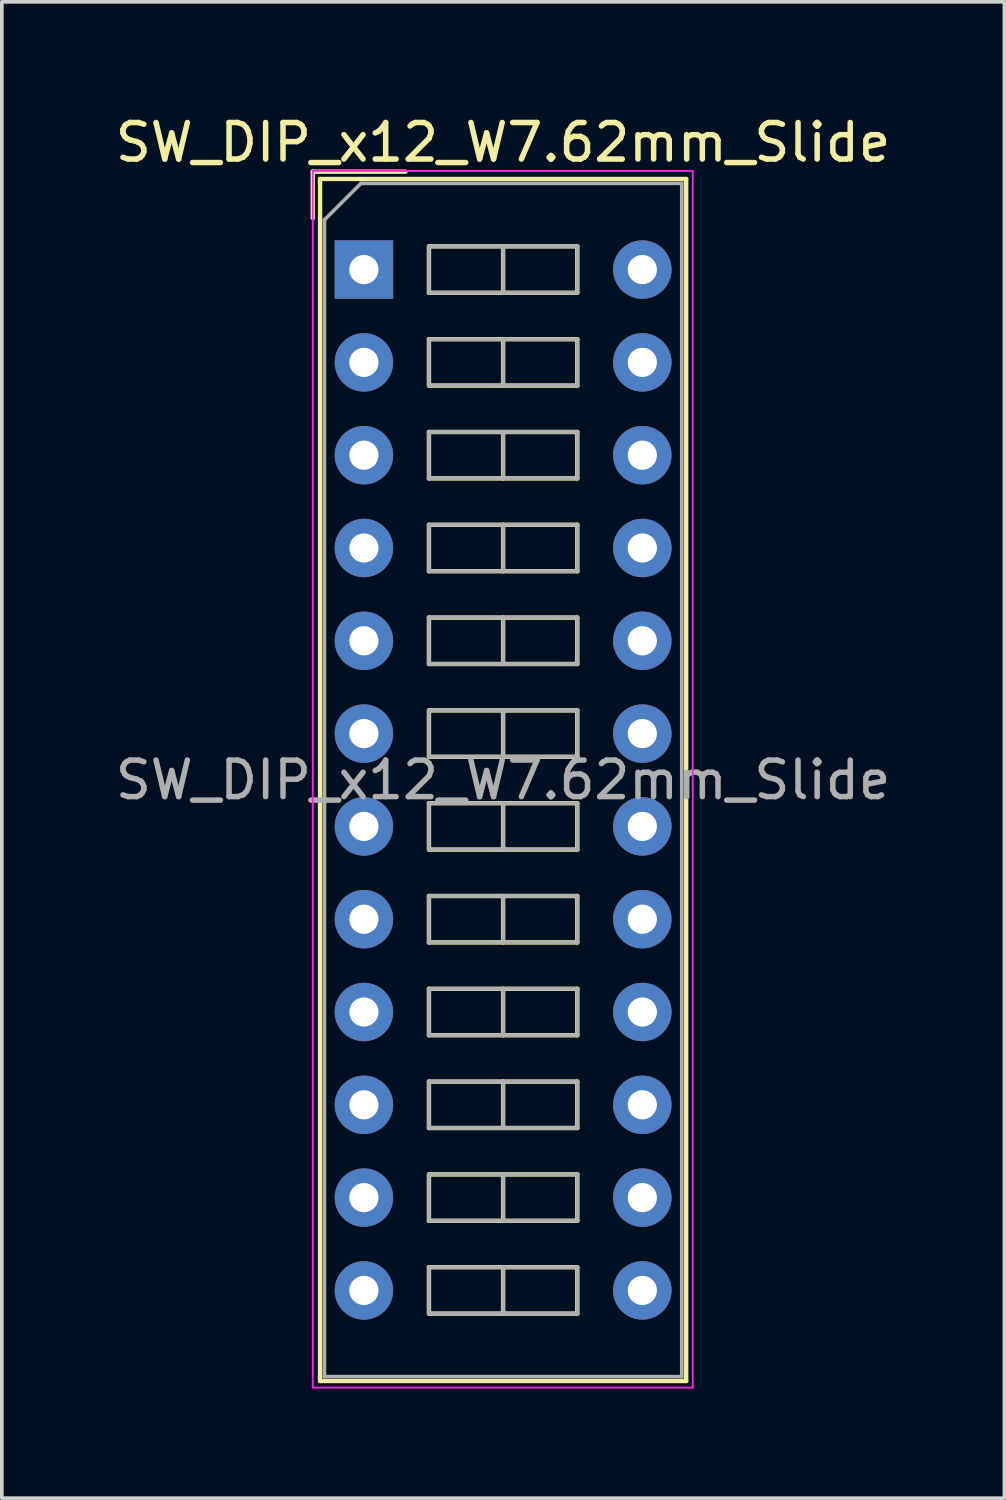
<source format=kicad_pcb>
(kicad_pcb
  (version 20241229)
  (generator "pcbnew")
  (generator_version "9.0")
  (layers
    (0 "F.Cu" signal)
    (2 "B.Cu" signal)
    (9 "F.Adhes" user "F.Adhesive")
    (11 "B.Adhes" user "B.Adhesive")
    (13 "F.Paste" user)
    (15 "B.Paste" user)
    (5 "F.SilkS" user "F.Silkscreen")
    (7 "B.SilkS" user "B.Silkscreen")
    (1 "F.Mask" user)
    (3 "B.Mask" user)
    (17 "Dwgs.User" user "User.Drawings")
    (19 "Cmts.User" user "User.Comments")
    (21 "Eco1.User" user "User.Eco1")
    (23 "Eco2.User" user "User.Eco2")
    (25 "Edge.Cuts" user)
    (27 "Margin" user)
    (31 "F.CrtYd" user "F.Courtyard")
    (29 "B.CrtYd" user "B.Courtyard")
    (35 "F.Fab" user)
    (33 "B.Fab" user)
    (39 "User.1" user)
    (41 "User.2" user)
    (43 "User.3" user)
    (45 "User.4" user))
  (footprint "SW_DIP_x12_W7.62mm_Slide"
    (layer "F.Cu")
    (at 6.91 4.328)
    (property "Reference" "SW_DIP_x12_W7.62mm_Slide" (at 3.81 -3.48 0) (layer "F.SilkS") (effects (font (size 1 1) (thickness 0.15))))
    (attr through_hole)
    (fp_line (start -1.4 -2.68) (end -1.4 -1.41) (stroke (width 0.12) (type solid)) (layer "F.SilkS"))
    (fp_line (start -1.4 -2.68) (end 1.14 -2.68) (stroke (width 0.12) (type solid)) (layer "F.SilkS"))
    (fp_line (start -1.2 -2.48) (end 8.82 -2.48) (stroke (width 0.12) (type solid)) (layer "F.SilkS"))
    (fp_line (start -1.2 30.42) (end -1.2 -2.48) (stroke (width 0.12) (type solid)) (layer "F.SilkS"))
    (fp_line (start 1.78 -0.635) (end 1.78 0.635) (stroke (width 0.12) (type solid)) (layer "F.SilkS"))
    (fp_line (start 1.78 0.635) (end 5.84 0.635) (stroke (width 0.12) (type solid)) (layer "F.SilkS"))
    (fp_line (start 1.78 1.905) (end 1.78 3.175) (stroke (width 0.12) (type solid)) (layer "F.SilkS"))
    (fp_line (start 1.78 3.175) (end 5.84 3.175) (stroke (width 0.12) (type solid)) (layer "F.SilkS"))
    (fp_line (start 1.78 4.445) (end 1.78 5.715) (stroke (width 0.12) (type solid)) (layer "F.SilkS"))
    (fp_line (start 1.78 5.715) (end 5.84 5.715) (stroke (width 0.12) (type solid)) (layer "F.SilkS"))
    (fp_line (start 1.78 6.985) (end 1.78 8.255) (stroke (width 0.12) (type solid)) (layer "F.SilkS"))
    (fp_line (start 1.78 8.255) (end 5.84 8.255) (stroke (width 0.12) (type solid)) (layer "F.SilkS"))
    (fp_line (start 1.78 9.525) (end 1.78 10.795) (stroke (width 0.12) (type solid)) (layer "F.SilkS"))
    (fp_line (start 1.78 10.795) (end 5.84 10.795) (stroke (width 0.12) (type solid)) (layer "F.SilkS"))
    (fp_line (start 1.78 12.065) (end 1.78 13.335) (stroke (width 0.12) (type solid)) (layer "F.SilkS"))
    (fp_line (start 1.78 13.335) (end 5.84 13.335) (stroke (width 0.12) (type solid)) (layer "F.SilkS"))
    (fp_line (start 1.78 14.605) (end 1.78 15.875) (stroke (width 0.12) (type solid)) (layer "F.SilkS"))
    (fp_line (start 1.78 15.875) (end 5.84 15.875) (stroke (width 0.12) (type solid)) (layer "F.SilkS"))
    (fp_line (start 1.78 17.145) (end 1.78 18.415) (stroke (width 0.12) (type solid)) (layer "F.SilkS"))
    (fp_line (start 1.78 18.415) (end 5.84 18.415) (stroke (width 0.12) (type solid)) (layer "F.SilkS"))
    (fp_line (start 1.78 19.685) (end 1.78 20.955) (stroke (width 0.12) (type solid)) (layer "F.SilkS"))
    (fp_line (start 1.78 20.955) (end 5.84 20.955) (stroke (width 0.12) (type solid)) (layer "F.SilkS"))
    (fp_line (start 1.78 22.225) (end 1.78 23.495) (stroke (width 0.12) (type solid)) (layer "F.SilkS"))
    (fp_line (start 1.78 23.495) (end 5.84 23.495) (stroke (width 0.12) (type solid)) (layer "F.SilkS"))
    (fp_line (start 1.78 24.765) (end 1.78 26.035) (stroke (width 0.12) (type solid)) (layer "F.SilkS"))
    (fp_line (start 1.78 26.035) (end 5.84 26.035) (stroke (width 0.12) (type solid)) (layer "F.SilkS"))
    (fp_line (start 1.78 27.305) (end 1.78 28.575) (stroke (width 0.12) (type solid)) (layer "F.SilkS"))
    (fp_line (start 1.78 28.575) (end 5.84 28.575) (stroke (width 0.12) (type solid)) (layer "F.SilkS"))
    (fp_line (start 3.81 -0.635) (end 3.81 0.635) (stroke (width 0.12) (type solid)) (layer "F.SilkS"))
    (fp_line (start 3.81 1.905) (end 3.81 3.175) (stroke (width 0.12) (type solid)) (layer "F.SilkS"))
    (fp_line (start 3.81 4.445) (end 3.81 5.715) (stroke (width 0.12) (type solid)) (layer "F.SilkS"))
    (fp_line (start 3.81 6.985) (end 3.81 8.255) (stroke (width 0.12) (type solid)) (layer "F.SilkS"))
    (fp_line (start 3.81 9.525) (end 3.81 10.795) (stroke (width 0.12) (type solid)) (layer "F.SilkS"))
    (fp_line (start 3.81 12.065) (end 3.81 13.335) (stroke (width 0.12) (type solid)) (layer "F.SilkS"))
    (fp_line (start 3.81 14.605) (end 3.81 15.875) (stroke (width 0.12) (type solid)) (layer "F.SilkS"))
    (fp_line (start 3.81 17.145) (end 3.81 18.415) (stroke (width 0.12) (type solid)) (layer "F.SilkS"))
    (fp_line (start 3.81 19.685) (end 3.81 20.955) (stroke (width 0.12) (type solid)) (layer "F.SilkS"))
    (fp_line (start 3.81 22.225) (end 3.81 23.495) (stroke (width 0.12) (type solid)) (layer "F.SilkS"))
    (fp_line (start 3.81 24.765) (end 3.81 26.035) (stroke (width 0.12) (type solid)) (layer "F.SilkS"))
    (fp_line (start 3.81 27.305) (end 3.81 28.575) (stroke (width 0.12) (type solid)) (layer "F.SilkS"))
    (fp_line (start 5.84 -0.635) (end 1.78 -0.635) (stroke (width 0.12) (type solid)) (layer "F.SilkS"))
    (fp_line (start 5.84 0.635) (end 5.84 -0.635) (stroke (width 0.12) (type solid)) (layer "F.SilkS"))
    (fp_line (start 5.84 1.905) (end 1.78 1.905) (stroke (width 0.12) (type solid)) (layer "F.SilkS"))
    (fp_line (start 5.84 3.175) (end 5.84 1.905) (stroke (width 0.12) (type solid)) (layer "F.SilkS"))
    (fp_line (start 5.84 4.445) (end 1.78 4.445) (stroke (width 0.12) (type solid)) (layer "F.SilkS"))
    (fp_line (start 5.84 5.715) (end 5.84 4.445) (stroke (width 0.12) (type solid)) (layer "F.SilkS"))
    (fp_line (start 5.84 6.985) (end 1.78 6.985) (stroke (width 0.12) (type solid)) (layer "F.SilkS"))
    (fp_line (start 5.84 8.255) (end 5.84 6.985) (stroke (width 0.12) (type solid)) (layer "F.SilkS"))
    (fp_line (start 5.84 9.525) (end 1.78 9.525) (stroke (width 0.12) (type solid)) (layer "F.SilkS"))
    (fp_line (start 5.84 10.795) (end 5.84 9.525) (stroke (width 0.12) (type solid)) (layer "F.SilkS"))
    (fp_line (start 5.84 12.065) (end 1.78 12.065) (stroke (width 0.12) (type solid)) (layer "F.SilkS"))
    (fp_line (start 5.84 13.335) (end 5.84 12.065) (stroke (width 0.12) (type solid)) (layer "F.SilkS"))
    (fp_line (start 5.84 14.605) (end 1.78 14.605) (stroke (width 0.12) (type solid)) (layer "F.SilkS"))
    (fp_line (start 5.84 15.875) (end 5.84 14.605) (stroke (width 0.12) (type solid)) (layer "F.SilkS"))
    (fp_line (start 5.84 17.145) (end 1.78 17.145) (stroke (width 0.12) (type solid)) (layer "F.SilkS"))
    (fp_line (start 5.84 18.415) (end 5.84 17.145) (stroke (width 0.12) (type solid)) (layer "F.SilkS"))
    (fp_line (start 5.84 19.685) (end 1.78 19.685) (stroke (width 0.12) (type solid)) (layer "F.SilkS"))
    (fp_line (start 5.84 20.955) (end 5.84 19.685) (stroke (width 0.12) (type solid)) (layer "F.SilkS"))
    (fp_line (start 5.84 22.225) (end 1.78 22.225) (stroke (width 0.12) (type solid)) (layer "F.SilkS"))
    (fp_line (start 5.84 23.495) (end 5.84 22.225) (stroke (width 0.12) (type solid)) (layer "F.SilkS"))
    (fp_line (start 5.84 24.765) (end 1.78 24.765) (stroke (width 0.12) (type solid)) (layer "F.SilkS"))
    (fp_line (start 5.84 26.035) (end 5.84 24.765) (stroke (width 0.12) (type solid)) (layer "F.SilkS"))
    (fp_line (start 5.84 27.305) (end 1.78 27.305) (stroke (width 0.12) (type solid)) (layer "F.SilkS"))
    (fp_line (start 5.84 28.575) (end 5.84 27.305) (stroke (width 0.12) (type solid)) (layer "F.SilkS"))
    (fp_line (start 8.82 -2.48) (end 8.82 30.42) (stroke (width 0.12) (type solid)) (layer "F.SilkS"))
    (fp_line (start 8.82 30.42) (end -1.2 30.42) (stroke (width 0.12) (type solid)) (layer "F.SilkS"))
    (fp_line (start -1.4 -2.7) (end -1.4 30.6) (stroke (width 0.05) (type solid)) (layer "F.CrtYd"))
    (fp_line (start -1.4 30.6) (end 9 30.6) (stroke (width 0.05) (type solid)) (layer "F.CrtYd"))
    (fp_line (start 9 -2.7) (end -1.4 -2.7) (stroke (width 0.05) (type solid)) (layer "F.CrtYd"))
    (fp_line (start 9 30.6) (end 9 -2.7) (stroke (width 0.05) (type solid)) (layer "F.CrtYd"))
    (fp_line (start -1.08 -1.36) (end -0.08 -2.36) (stroke (width 0.1) (type solid)) (layer "F.Fab"))
    (fp_line (start -1.08 30.3) (end -1.08 -1.36) (stroke (width 0.1) (type solid)) (layer "F.Fab"))
    (fp_line (start -0.08 -2.36) (end 8.7 -2.36) (stroke (width 0.1) (type solid)) (layer "F.Fab"))
    (fp_line (start 1.78 -0.635) (end 1.78 0.635) (stroke (width 0.1) (type solid)) (layer "F.Fab"))
    (fp_line (start 1.78 0.635) (end 5.84 0.635) (stroke (width 0.1) (type solid)) (layer "F.Fab"))
    (fp_line (start 1.78 1.905) (end 1.78 3.175) (stroke (width 0.1) (type solid)) (layer "F.Fab"))
    (fp_line (start 1.78 3.175) (end 5.84 3.175) (stroke (width 0.1) (type solid)) (layer "F.Fab"))
    (fp_line (start 1.78 4.445) (end 1.78 5.715) (stroke (width 0.1) (type solid)) (layer "F.Fab"))
    (fp_line (start 1.78 5.715) (end 5.84 5.715) (stroke (width 0.1) (type solid)) (layer "F.Fab"))
    (fp_line (start 1.78 6.985) (end 1.78 8.255) (stroke (width 0.1) (type solid)) (layer "F.Fab"))
    (fp_line (start 1.78 8.255) (end 5.84 8.255) (stroke (width 0.1) (type solid)) (layer "F.Fab"))
    (fp_line (start 1.78 9.525) (end 1.78 10.795) (stroke (width 0.1) (type solid)) (layer "F.Fab"))
    (fp_line (start 1.78 10.795) (end 5.84 10.795) (stroke (width 0.1) (type solid)) (layer "F.Fab"))
    (fp_line (start 1.78 12.065) (end 1.78 13.335) (stroke (width 0.1) (type solid)) (layer "F.Fab"))
    (fp_line (start 1.78 13.335) (end 5.84 13.335) (stroke (width 0.1) (type solid)) (layer "F.Fab"))
    (fp_line (start 1.78 14.605) (end 1.78 15.875) (stroke (width 0.1) (type solid)) (layer "F.Fab"))
    (fp_line (start 1.78 15.875) (end 5.84 15.875) (stroke (width 0.1) (type solid)) (layer "F.Fab"))
    (fp_line (start 1.78 17.145) (end 1.78 18.415) (stroke (width 0.1) (type solid)) (layer "F.Fab"))
    (fp_line (start 1.78 18.415) (end 5.84 18.415) (stroke (width 0.1) (type solid)) (layer "F.Fab"))
    (fp_line (start 1.78 19.685) (end 1.78 20.955) (stroke (width 0.1) (type solid)) (layer "F.Fab"))
    (fp_line (start 1.78 20.955) (end 5.84 20.955) (stroke (width 0.1) (type solid)) (layer "F.Fab"))
    (fp_line (start 1.78 22.225) (end 1.78 23.495) (stroke (width 0.1) (type solid)) (layer "F.Fab"))
    (fp_line (start 1.78 23.495) (end 5.84 23.495) (stroke (width 0.1) (type solid)) (layer "F.Fab"))
    (fp_line (start 1.78 24.765) (end 1.78 26.035) (stroke (width 0.1) (type solid)) (layer "F.Fab"))
    (fp_line (start 1.78 26.035) (end 5.84 26.035) (stroke (width 0.1) (type solid)) (layer "F.Fab"))
    (fp_line (start 1.78 27.305) (end 1.78 28.575) (stroke (width 0.1) (type solid)) (layer "F.Fab"))
    (fp_line (start 1.78 28.575) (end 5.84 28.575) (stroke (width 0.1) (type solid)) (layer "F.Fab"))
    (fp_line (start 3.81 -0.635) (end 3.81 0.635) (stroke (width 0.1) (type solid)) (layer "F.Fab"))
    (fp_line (start 3.81 1.905) (end 3.81 3.175) (stroke (width 0.1) (type solid)) (layer "F.Fab"))
    (fp_line (start 3.81 4.445) (end 3.81 5.715) (stroke (width 0.1) (type solid)) (layer "F.Fab"))
    (fp_line (start 3.81 6.985) (end 3.81 8.255) (stroke (width 0.1) (type solid)) (layer "F.Fab"))
    (fp_line (start 3.81 9.525) (end 3.81 10.795) (stroke (width 0.1) (type solid)) (layer "F.Fab"))
    (fp_line (start 3.81 12.065) (end 3.81 13.335) (stroke (width 0.1) (type solid)) (layer "F.Fab"))
    (fp_line (start 3.81 14.605) (end 3.81 15.875) (stroke (width 0.1) (type solid)) (layer "F.Fab"))
    (fp_line (start 3.81 17.145) (end 3.81 18.415) (stroke (width 0.1) (type solid)) (layer "F.Fab"))
    (fp_line (start 3.81 19.685) (end 3.81 20.955) (stroke (width 0.1) (type solid)) (layer "F.Fab"))
    (fp_line (start 3.81 22.225) (end 3.81 23.495) (stroke (width 0.1) (type solid)) (layer "F.Fab"))
    (fp_line (start 3.81 24.765) (end 3.81 26.035) (stroke (width 0.1) (type solid)) (layer "F.Fab"))
    (fp_line (start 3.81 27.305) (end 3.81 28.575) (stroke (width 0.1) (type solid)) (layer "F.Fab"))
    (fp_line (start 5.84 -0.635) (end 1.78 -0.635) (stroke (width 0.1) (type solid)) (layer "F.Fab"))
    (fp_line (start 5.84 0.635) (end 5.84 -0.635) (stroke (width 0.1) (type solid)) (layer "F.Fab"))
    (fp_line (start 5.84 1.905) (end 1.78 1.905) (stroke (width 0.1) (type solid)) (layer "F.Fab"))
    (fp_line (start 5.84 3.175) (end 5.84 1.905) (stroke (width 0.1) (type solid)) (layer "F.Fab"))
    (fp_line (start 5.84 4.445) (end 1.78 4.445) (stroke (width 0.1) (type solid)) (layer "F.Fab"))
    (fp_line (start 5.84 5.715) (end 5.84 4.445) (stroke (width 0.1) (type solid)) (layer "F.Fab"))
    (fp_line (start 5.84 6.985) (end 1.78 6.985) (stroke (width 0.1) (type solid)) (layer "F.Fab"))
    (fp_line (start 5.84 8.255) (end 5.84 6.985) (stroke (width 0.1) (type solid)) (layer "F.Fab"))
    (fp_line (start 5.84 9.525) (end 1.78 9.525) (stroke (width 0.1) (type solid)) (layer "F.Fab"))
    (fp_line (start 5.84 10.795) (end 5.84 9.525) (stroke (width 0.1) (type solid)) (layer "F.Fab"))
    (fp_line (start 5.84 12.065) (end 1.78 12.065) (stroke (width 0.1) (type solid)) (layer "F.Fab"))
    (fp_line (start 5.84 13.335) (end 5.84 12.065) (stroke (width 0.1) (type solid)) (layer "F.Fab"))
    (fp_line (start 5.84 14.605) (end 1.78 14.605) (stroke (width 0.1) (type solid)) (layer "F.Fab"))
    (fp_line (start 5.84 15.875) (end 5.84 14.605) (stroke (width 0.1) (type solid)) (layer "F.Fab"))
    (fp_line (start 5.84 17.145) (end 1.78 17.145) (stroke (width 0.1) (type solid)) (layer "F.Fab"))
    (fp_line (start 5.84 18.415) (end 5.84 17.145) (stroke (width 0.1) (type solid)) (layer "F.Fab"))
    (fp_line (start 5.84 19.685) (end 1.78 19.685) (stroke (width 0.1) (type solid)) (layer "F.Fab"))
    (fp_line (start 5.84 20.955) (end 5.84 19.685) (stroke (width 0.1) (type solid)) (layer "F.Fab"))
    (fp_line (start 5.84 22.225) (end 1.78 22.225) (stroke (width 0.1) (type solid)) (layer "F.Fab"))
    (fp_line (start 5.84 23.495) (end 5.84 22.225) (stroke (width 0.1) (type solid)) (layer "F.Fab"))
    (fp_line (start 5.84 24.765) (end 1.78 24.765) (stroke (width 0.1) (type solid)) (layer "F.Fab"))
    (fp_line (start 5.84 26.035) (end 5.84 24.765) (stroke (width 0.1) (type solid)) (layer "F.Fab"))
    (fp_line (start 5.84 27.305) (end 1.78 27.305) (stroke (width 0.1) (type solid)) (layer "F.Fab"))
    (fp_line (start 5.84 28.575) (end 5.84 27.305) (stroke (width 0.1) (type solid)) (layer "F.Fab"))
    (fp_line (start 8.7 -2.36) (end 8.7 30.3) (stroke (width 0.1) (type solid)) (layer "F.Fab"))
    (fp_line (start 8.7 30.3) (end -1.08 30.3) (stroke (width 0.1) (type solid)) (layer "F.Fab"))
    (fp_text user "${REFERENCE}" (at 3.81 13.97 0) (layer "F.Fab") (effects (font (size 1 1) (thickness 0.15))))
    (pad "1" thru_hole rect (at 0 0) (size 1.6 1.6) (drill 0.8) (layers "*.Cu" "*.Mask"))
    (pad "2" thru_hole oval (at 0 2.54) (size 1.6 1.6) (drill 0.8) (layers "*.Cu" "*.Mask"))
    (pad "3" thru_hole oval (at 0 5.08) (size 1.6 1.6) (drill 0.8) (layers "*.Cu" "*.Mask"))
    (pad "4" thru_hole oval (at 0 7.62) (size 1.6 1.6) (drill 0.8) (layers "*.Cu" "*.Mask"))
    (pad "5" thru_hole oval (at 0 10.16) (size 1.6 1.6) (drill 0.8) (layers "*.Cu" "*.Mask"))
    (pad "6" thru_hole oval (at 0 12.7) (size 1.6 1.6) (drill 0.8) (layers "*.Cu" "*.Mask"))
    (pad "7" thru_hole oval (at 0 15.24) (size 1.6 1.6) (drill 0.8) (layers "*.Cu" "*.Mask"))
    (pad "8" thru_hole oval (at 0 17.78) (size 1.6 1.6) (drill 0.8) (layers "*.Cu" "*.Mask"))
    (pad "9" thru_hole oval (at 0 20.32) (size 1.6 1.6) (drill 0.8) (layers "*.Cu" "*.Mask"))
    (pad "10" thru_hole oval (at 0 22.86) (size 1.6 1.6) (drill 0.8) (layers "*.Cu" "*.Mask"))
    (pad "11" thru_hole oval (at 0 25.4) (size 1.6 1.6) (drill 0.8) (layers "*.Cu" "*.Mask"))
    (pad "12" thru_hole oval (at 0 27.94) (size 1.6 1.6) (drill 0.8) (layers "*.Cu" "*.Mask"))
    (pad "13" thru_hole oval (at 7.62 27.94) (size 1.6 1.6) (drill 0.8) (layers "*.Cu" "*.Mask"))
    (pad "14" thru_hole oval (at 7.62 25.4) (size 1.6 1.6) (drill 0.8) (layers "*.Cu" "*.Mask"))
    (pad "15" thru_hole oval (at 7.62 22.86) (size 1.6 1.6) (drill 0.8) (layers "*.Cu" "*.Mask"))
    (pad "16" thru_hole oval (at 7.62 20.32) (size 1.6 1.6) (drill 0.8) (layers "*.Cu" "*.Mask"))
    (pad "17" thru_hole oval (at 7.62 17.78) (size 1.6 1.6) (drill 0.8) (layers "*.Cu" "*.Mask"))
    (pad "18" thru_hole oval (at 7.62 15.24) (size 1.6 1.6) (drill 0.8) (layers "*.Cu" "*.Mask"))
    (pad "19" thru_hole oval (at 7.62 12.7) (size 1.6 1.6) (drill 0.8) (layers "*.Cu" "*.Mask"))
    (pad "20" thru_hole oval (at 7.62 10.16) (size 1.6 1.6) (drill 0.8) (layers "*.Cu" "*.Mask"))
    (pad "21" thru_hole oval (at 7.62 7.62) (size 1.6 1.6) (drill 0.8) (layers "*.Cu" "*.Mask"))
    (pad "22" thru_hole oval (at 7.62 5.08) (size 1.6 1.6) (drill 0.8) (layers "*.Cu" "*.Mask"))
    (pad "23" thru_hole oval (at 7.62 2.54) (size 1.6 1.6) (drill 0.8) (layers "*.Cu" "*.Mask"))
    (pad "24" thru_hole oval (at 7.62 0) (size 1.6 1.6) (drill 0.8) (layers "*.Cu" "*.Mask")))
  (gr_rect
    (start -3 -3)
    (end 24.44 37.953)
    (stroke (width 0.1) (type default))
    (fill no)
    (layer "Edge.Cuts")))
</source>
